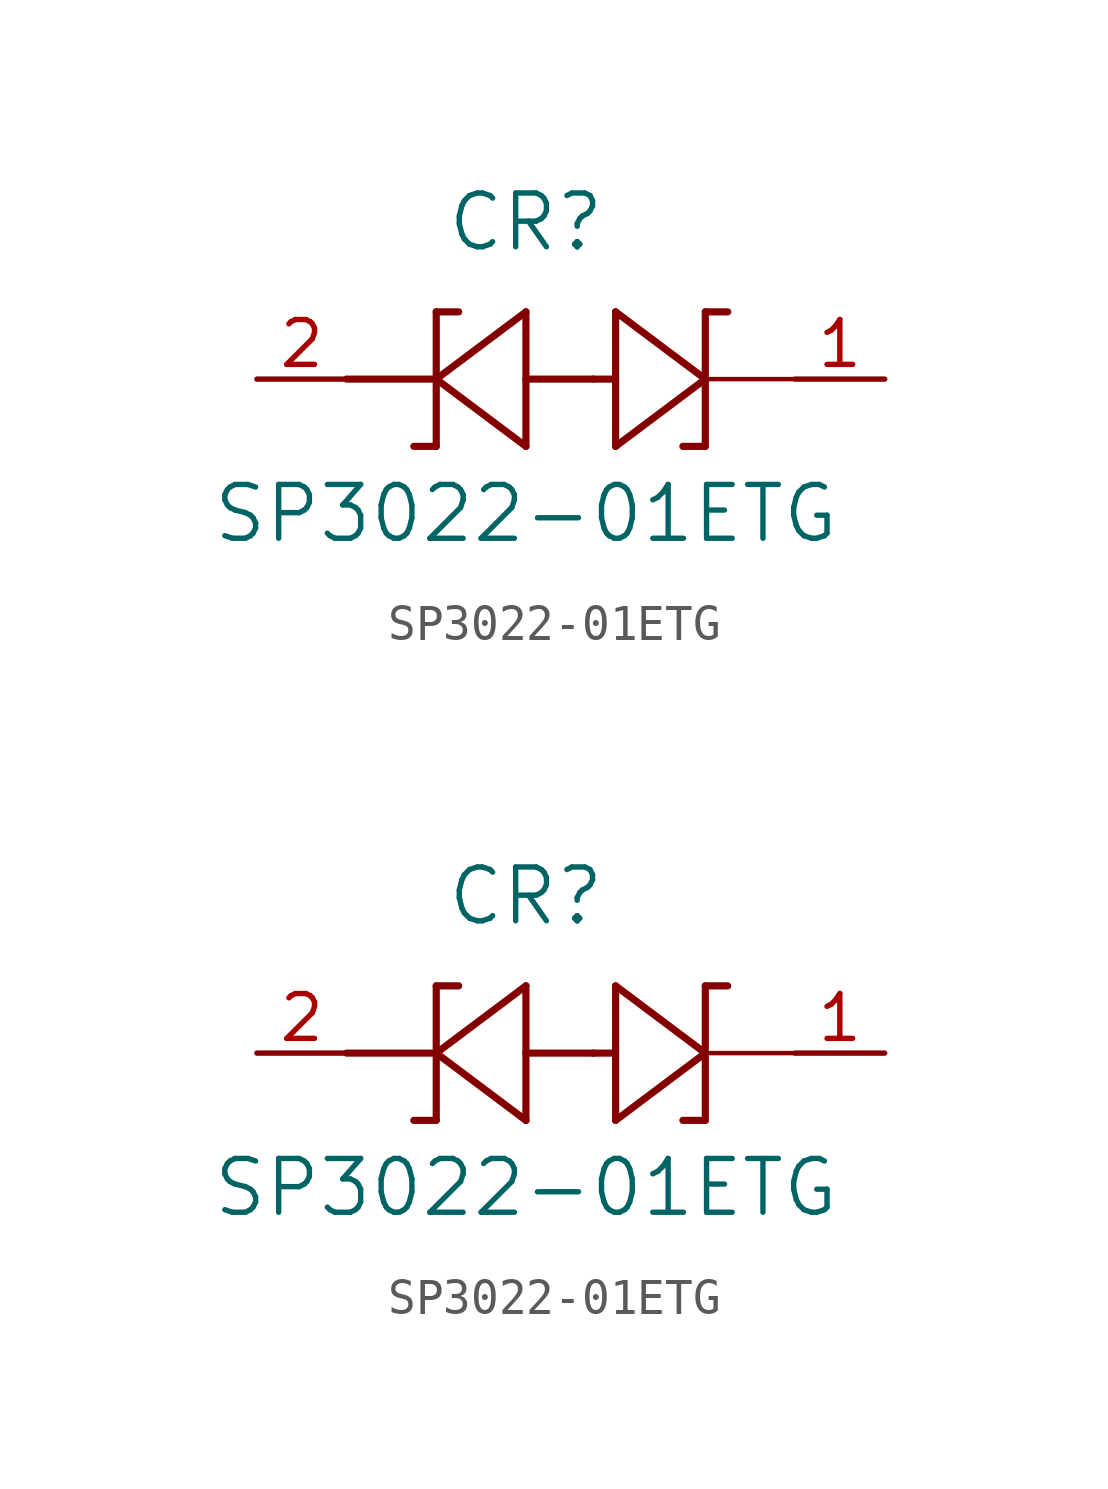
<source format=kicad_sym>
(kicad_symbol_lib
  (version 20211014)
  (generator kicad_symbol_editor)
  (symbol "SP3022-01ETG"
    (pin_names
      (offset 0.254))
    (property "Reference" "CR"
      (at 7.62 4.445 0)
      (effects (font (size 1.524 1.524))))
    (property "Value" "SP3022-01ETG"
      (at 7.62 -3.81 0)
      (effects (font (size 1.524 1.524))))
    (symbol "SP3022-01ETG_1_1"
      (polyline (pts (xy 2.54 0) (xy 5.08 0)) (stroke (width 0.203) (type default) (color 0 0 0 0)) (fill (type none)))
      (polyline (pts (xy 9.525 0) (xy 7.62 0)) (stroke (width 0.203) (type default) (color 0 0 0 0)) (fill (type none)))
      (polyline (pts (xy 7.62 1.905) (xy 5.08 0)) (stroke (width 0.203) (type default) (color 0 0 0 0)) (fill (type none)))
      (polyline (pts (xy 5.08 1.905) (xy 5.715 1.905)) (stroke (width 0.203) (type default) (color 0 0 0 0)) (fill (type none)))
      (polyline (pts (xy 5.08 -1.905) (xy 4.445 -1.905)) (stroke (width 0.203) (type default) (color 0 0 0 0)) (fill (type none)))
      (polyline (pts (xy 7.62 -1.905) (xy 7.62 1.905)) (stroke (width 0.203) (type default) (color 0 0 0 0)) (fill (type none)))
      (polyline (pts (xy 5.08 1.905) (xy 5.08 -1.905)) (stroke (width 0.203) (type default) (color 0 0 0 0)) (fill (type none)))
      (polyline (pts (xy 5.08 0) (xy 7.62 -1.905)) (stroke (width 0.203) (type default) (color 0 0 0 0)) (fill (type none)))
      (polyline (pts (xy 9.525 0) (xy 10.16 0)) (stroke (width 0.203) (type default) (color 0 0 0 0)) (fill (type none)))
      (polyline (pts (xy 10.16 -1.905) (xy 12.7 0)) (stroke (width 0.203) (type default) (color 0 0 0 0)) (fill (type none)))
      (polyline (pts (xy 12.7 -1.905) (xy 12.065 -1.905)) (stroke (width 0.203) (type default) (color 0 0 0 0)) (fill (type none)))
      (polyline (pts (xy 12.7 1.905) (xy 13.335 1.905)) (stroke (width 0.203) (type default) (color 0 0 0 0)) (fill (type none)))
      (polyline (pts (xy 10.16 1.905) (xy 10.16 -1.905)) (stroke (width 0.203) (type default) (color 0 0 0 0)) (fill (type none)))
      (polyline (pts (xy 12.7 -1.905) (xy 12.7 1.905)) (stroke (width 0.203) (type default) (color 0 0 0 0)) (fill (type none)))
      (polyline (pts (xy 12.7 0) (xy 10.16 1.905)) (stroke (width 0.203) (type default) (color 0 0 0 0)) (fill (type none)))
      (polyline (pts (xy 12.7 0) (xy 15.24 0)) (stroke (width 0.127) (type default) (color 0 0 0 0)) (fill (type none)))
      (pin unspecified line (at 0 0 0) (length 2.54) (name "" (effects (font (size 1.27 1.27)))) (number "2" (effects (font (size 1.27 1.27)))))
      (pin unspecified line (at 17.78 0 180) (length 2.54) (name "" (effects (font (size 1.27 1.27)))) (number "1" (effects (font (size 1.27 1.27))))))
    (symbol "SP3022-01ETG_1_2"
      (polyline (pts (xy 2.54 0) (xy 5.08 0)) (stroke (width 0.203) (type default) (color 0 0 0 0)) (fill (type none)))
      (polyline (pts (xy 9.525 0) (xy 7.62 0)) (stroke (width 0.203) (type default) (color 0 0 0 0)) (fill (type none)))
      (polyline (pts (xy 7.62 1.905) (xy 5.08 0)) (stroke (width 0.203) (type default) (color 0 0 0 0)) (fill (type none)))
      (polyline (pts (xy 5.08 1.905) (xy 5.715 1.905)) (stroke (width 0.203) (type default) (color 0 0 0 0)) (fill (type none)))
      (polyline (pts (xy 5.08 -1.905) (xy 4.445 -1.905)) (stroke (width 0.203) (type default) (color 0 0 0 0)) (fill (type none)))
      (polyline (pts (xy 7.62 -1.905) (xy 7.62 1.905)) (stroke (width 0.203) (type default) (color 0 0 0 0)) (fill (type none)))
      (polyline (pts (xy 5.08 1.905) (xy 5.08 -1.905)) (stroke (width 0.203) (type default) (color 0 0 0 0)) (fill (type none)))
      (polyline (pts (xy 5.08 0) (xy 7.62 -1.905)) (stroke (width 0.203) (type default) (color 0 0 0 0)) (fill (type none)))
      (polyline (pts (xy 9.525 0) (xy 10.16 0)) (stroke (width 0.203) (type default) (color 0 0 0 0)) (fill (type none)))
      (polyline (pts (xy 10.16 -1.905) (xy 12.7 0)) (stroke (width 0.203) (type default) (color 0 0 0 0)) (fill (type none)))
      (polyline (pts (xy 12.7 -1.905) (xy 12.065 -1.905)) (stroke (width 0.203) (type default) (color 0 0 0 0)) (fill (type none)))
      (polyline (pts (xy 12.7 1.905) (xy 13.335 1.905)) (stroke (width 0.203) (type default) (color 0 0 0 0)) (fill (type none)))
      (polyline (pts (xy 10.16 1.905) (xy 10.16 -1.905)) (stroke (width 0.203) (type default) (color 0 0 0 0)) (fill (type none)))
      (polyline (pts (xy 12.7 -1.905) (xy 12.7 1.905)) (stroke (width 0.203) (type default) (color 0 0 0 0)) (fill (type none)))
      (polyline (pts (xy 12.7 0) (xy 10.16 1.905)) (stroke (width 0.203) (type default) (color 0 0 0 0)) (fill (type none)))
      (polyline (pts (xy 12.7 0) (xy 15.24 0)) (stroke (width 0.127) (type default) (color 0 0 0 0)) (fill (type none)))
      (pin unspecified line (at 0 0 0) (length 2.54) (name "" (effects (font (size 1.27 1.27)))) (number "2" (effects (font (size 1.27 1.27)))))
      (pin unspecified line (at 17.78 0 180) (length 2.54) (name "" (effects (font (size 1.27 1.27)))) (number "1" (effects (font (size 1.27 1.27))))))))
</source>
